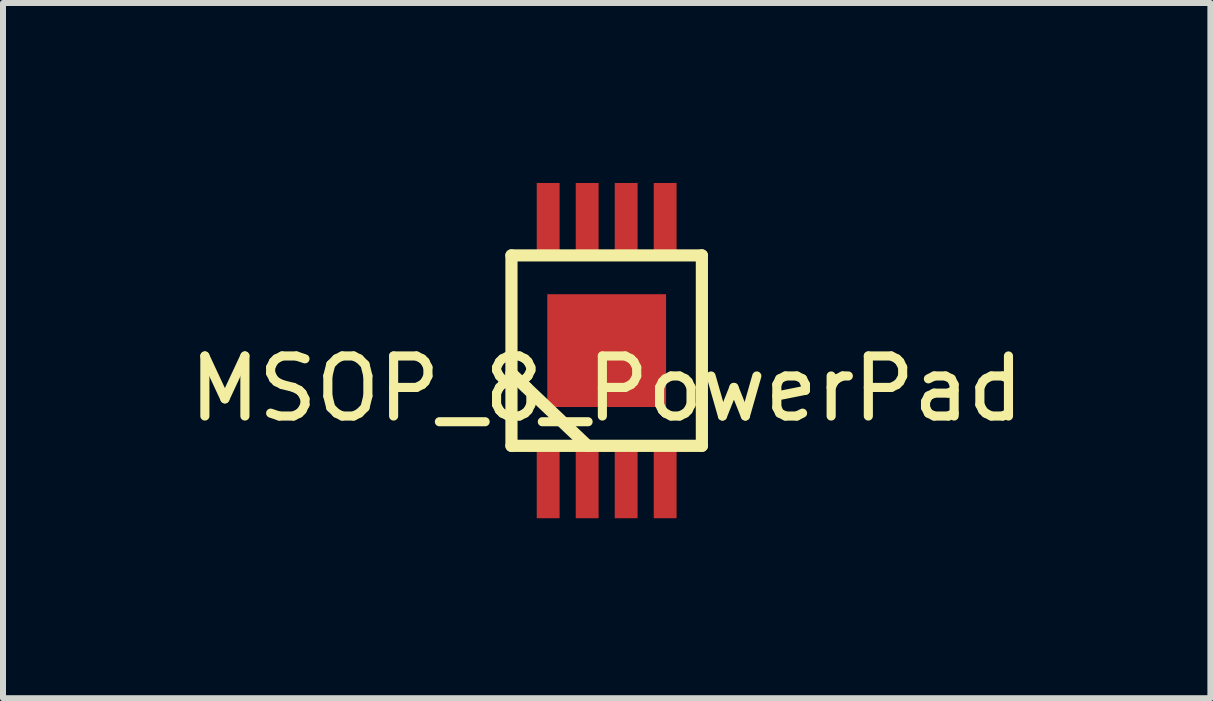
<source format=kicad_pcb>
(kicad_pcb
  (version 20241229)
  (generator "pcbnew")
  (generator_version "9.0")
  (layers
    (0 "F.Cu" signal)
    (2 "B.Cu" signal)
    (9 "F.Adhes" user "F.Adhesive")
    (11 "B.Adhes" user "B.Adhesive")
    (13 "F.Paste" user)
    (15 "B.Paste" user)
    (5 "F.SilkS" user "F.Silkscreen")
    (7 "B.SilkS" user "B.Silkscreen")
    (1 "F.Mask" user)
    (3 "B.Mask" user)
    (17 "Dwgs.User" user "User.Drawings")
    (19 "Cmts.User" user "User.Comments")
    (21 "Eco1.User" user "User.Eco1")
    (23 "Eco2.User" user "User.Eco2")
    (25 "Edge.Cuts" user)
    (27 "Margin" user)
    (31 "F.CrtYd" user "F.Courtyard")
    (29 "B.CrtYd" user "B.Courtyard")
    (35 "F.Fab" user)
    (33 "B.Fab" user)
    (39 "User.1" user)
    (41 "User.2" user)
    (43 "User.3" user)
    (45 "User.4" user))
  (footprint "MSOP_8_PowerPad"
    (layer "F.Cu")
    (at 7.062 2.794)
    (property "Reference" "MSOP_8_PowerPad" (at 0 0.635 0) (layer "F.SilkS") (effects (font (size 1.001 1.001) (thickness 0.152))))
    (attr through_hole)
    (fp_line (start -1.587 -1.587) (end -1.587 1.587) (stroke (width 0.203) (type solid)) (layer "F.SilkS"))
    (fp_line (start -1.587 1.587) (end 1.587 1.587) (stroke (width 0.203) (type solid)) (layer "F.SilkS"))
    (fp_line (start -0.318 1.587) (end -1.587 0.381) (stroke (width 0.203) (type solid)) (layer "F.SilkS"))
    (fp_line (start 1.587 -1.587) (end -1.587 -1.587) (stroke (width 0.203) (type solid)) (layer "F.SilkS"))
    (fp_line (start 1.587 1.587) (end 1.587 -1.587) (stroke (width 0.203) (type solid)) (layer "F.SilkS"))
    (pad "1" smd rect (at -0.975 2.159) (size 0.381 1.27) (layers "F.Cu" "F.Mask" "F.Paste"))
    (pad "1" smd rect (at 0 0) (size 1.98 1.88) (layers "F.Cu" "F.Mask" "F.Paste"))
    (pad "2" smd rect (at -0.325 2.159) (size 0.381 1.27) (layers "F.Cu" "F.Mask" "F.Paste"))
    (pad "3" smd rect (at 0.325 2.159) (size 0.381 1.27) (layers "F.Cu" "F.Mask" "F.Paste"))
    (pad "4" smd rect (at 0.975 2.159) (size 0.381 1.27) (layers "F.Cu" "F.Mask" "F.Paste"))
    (pad "5" smd rect (at 0.975 -2.159) (size 0.381 1.27) (layers "F.Cu" "F.Mask" "F.Paste"))
    (pad "6" smd rect (at 0.325 -2.159) (size 0.381 1.27) (layers "F.Cu" "F.Mask" "F.Paste"))
    (pad "7" smd rect (at -0.325 -2.159) (size 0.381 1.27) (layers "F.Cu" "F.Mask" "F.Paste"))
    (pad "8" smd rect (at -0.975 -2.159) (size 0.381 1.27) (layers "F.Cu" "F.Mask" "F.Paste")))
  (gr_rect
    (start -3 -3)
    (end 17.125 8.588)
    (stroke (width 0.1) (type default))
    (fill no)
    (layer "Edge.Cuts")))
</source>
